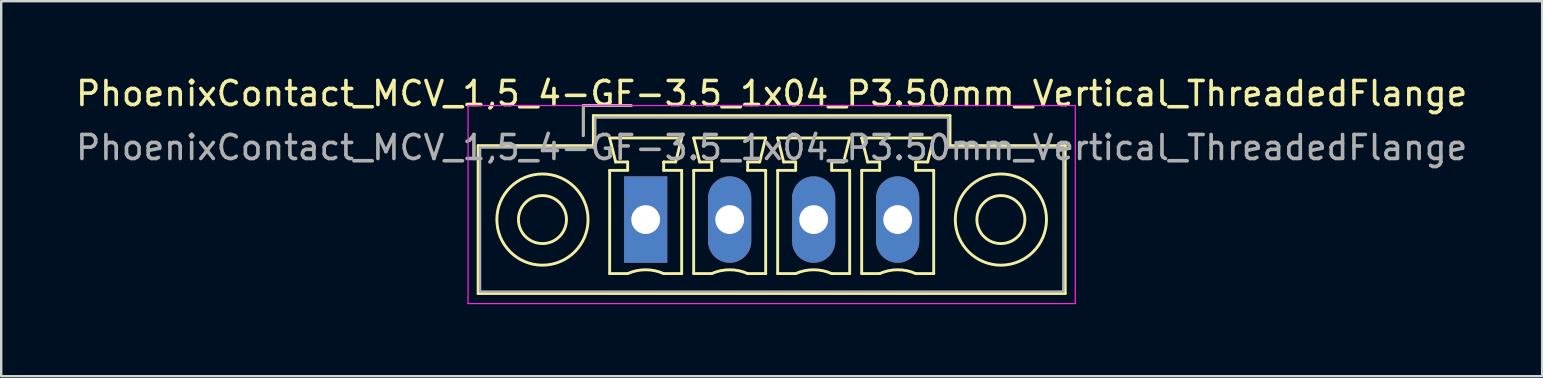
<source format=kicad_pcb>
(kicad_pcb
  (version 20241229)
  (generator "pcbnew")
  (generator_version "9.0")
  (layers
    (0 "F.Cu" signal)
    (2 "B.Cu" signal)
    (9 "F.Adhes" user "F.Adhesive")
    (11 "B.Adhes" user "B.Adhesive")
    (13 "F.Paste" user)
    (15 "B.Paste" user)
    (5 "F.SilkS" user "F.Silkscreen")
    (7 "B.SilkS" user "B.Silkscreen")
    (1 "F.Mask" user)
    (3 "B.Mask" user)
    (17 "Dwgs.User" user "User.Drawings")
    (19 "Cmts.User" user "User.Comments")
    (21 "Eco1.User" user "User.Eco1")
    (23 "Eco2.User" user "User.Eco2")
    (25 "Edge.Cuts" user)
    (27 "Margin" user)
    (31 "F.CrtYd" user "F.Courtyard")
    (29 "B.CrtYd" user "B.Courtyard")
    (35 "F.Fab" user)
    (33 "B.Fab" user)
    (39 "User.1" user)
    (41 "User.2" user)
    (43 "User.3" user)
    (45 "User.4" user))
  (footprint "PhoenixContact_MCV_1,5_4-GF-3.5_1x04_P3.50mm_Vertical_ThreadedFlange"
    (layer "F.Cu")
    (at 23.851 6.098)
    (property "Reference" "PhoenixContact_MCV_1,5_4-GF-3.5_1x04_P3.50mm_Vertical_ThreadedFlange" (at 5.25 -5.25 0) (layer "F.SilkS") (effects (font (size 1 1) (thickness 0.15))))
    (attr through_hole)
    (fp_line (start -6.98 -3.08) (end -6.98 3.08) (stroke (width 0.12) (type solid)) (layer "F.SilkS"))
    (fp_line (start -6.98 3.08) (end 17.48 3.08) (stroke (width 0.12) (type solid)) (layer "F.SilkS"))
    (fp_line (start -2.6 -4.75) (end -0.6 -4.75) (stroke (width 0.12) (type solid)) (layer "F.SilkS"))
    (fp_line (start -2.6 -3.5) (end -2.6 -4.75) (stroke (width 0.12) (type solid)) (layer "F.SilkS"))
    (fp_line (start -2.18 -4.33) (end -2.18 -3.08) (stroke (width 0.12) (type solid)) (layer "F.SilkS"))
    (fp_line (start -2.18 -3.08) (end -6.98 -3.08) (stroke (width 0.12) (type solid)) (layer "F.SilkS"))
    (fp_line (start -1.5 -3.4) (end 1.5 -3.4) (stroke (width 0.12) (type solid)) (layer "F.SilkS"))
    (fp_line (start -1.5 -2.05) (end -0.75 -2.05) (stroke (width 0.12) (type solid)) (layer "F.SilkS"))
    (fp_line (start -1.5 2.25) (end -1.5 -2.05) (stroke (width 0.12) (type solid)) (layer "F.SilkS"))
    (fp_line (start -1.25 -2.4) (end -1.5 -3.4) (stroke (width 0.12) (type solid)) (layer "F.SilkS"))
    (fp_line (start -0.75 -2.4) (end -1.25 -2.4) (stroke (width 0.12) (type solid)) (layer "F.SilkS"))
    (fp_line (start -0.75 -2.05) (end -0.75 -2.4) (stroke (width 0.12) (type solid)) (layer "F.SilkS"))
    (fp_line (start -0.75 2.25) (end -1.5 2.25) (stroke (width 0.12) (type solid)) (layer "F.SilkS"))
    (fp_line (start 0.75 -2.4) (end 0.75 -2.05) (stroke (width 0.12) (type solid)) (layer "F.SilkS"))
    (fp_line (start 0.75 -2.05) (end 1.5 -2.05) (stroke (width 0.12) (type solid)) (layer "F.SilkS"))
    (fp_line (start 1.25 -2.4) (end 0.75 -2.4) (stroke (width 0.12) (type solid)) (layer "F.SilkS"))
    (fp_line (start 1.5 -3.4) (end 1.25 -2.4) (stroke (width 0.12) (type solid)) (layer "F.SilkS"))
    (fp_line (start 1.5 -2.05) (end 1.5 2.25) (stroke (width 0.12) (type solid)) (layer "F.SilkS"))
    (fp_line (start 1.5 2.25) (end 0.75 2.25) (stroke (width 0.12) (type solid)) (layer "F.SilkS"))
    (fp_line (start 2 -3.4) (end 5 -3.4) (stroke (width 0.12) (type solid)) (layer "F.SilkS"))
    (fp_line (start 2 -2.05) (end 2.75 -2.05) (stroke (width 0.12) (type solid)) (layer "F.SilkS"))
    (fp_line (start 2 2.25) (end 2 -2.05) (stroke (width 0.12) (type solid)) (layer "F.SilkS"))
    (fp_line (start 2.25 -2.4) (end 2 -3.4) (stroke (width 0.12) (type solid)) (layer "F.SilkS"))
    (fp_line (start 2.75 -2.4) (end 2.25 -2.4) (stroke (width 0.12) (type solid)) (layer "F.SilkS"))
    (fp_line (start 2.75 -2.05) (end 2.75 -2.4) (stroke (width 0.12) (type solid)) (layer "F.SilkS"))
    (fp_line (start 2.75 2.25) (end 2 2.25) (stroke (width 0.12) (type solid)) (layer "F.SilkS"))
    (fp_line (start 4.25 -2.4) (end 4.25 -2.05) (stroke (width 0.12) (type solid)) (layer "F.SilkS"))
    (fp_line (start 4.25 -2.05) (end 5 -2.05) (stroke (width 0.12) (type solid)) (layer "F.SilkS"))
    (fp_line (start 4.75 -2.4) (end 4.25 -2.4) (stroke (width 0.12) (type solid)) (layer "F.SilkS"))
    (fp_line (start 5 -3.4) (end 4.75 -2.4) (stroke (width 0.12) (type solid)) (layer "F.SilkS"))
    (fp_line (start 5 -2.05) (end 5 2.25) (stroke (width 0.12) (type solid)) (layer "F.SilkS"))
    (fp_line (start 5 2.25) (end 4.25 2.25) (stroke (width 0.12) (type solid)) (layer "F.SilkS"))
    (fp_line (start 5.5 -3.4) (end 8.5 -3.4) (stroke (width 0.12) (type solid)) (layer "F.SilkS"))
    (fp_line (start 5.5 -2.05) (end 6.25 -2.05) (stroke (width 0.12) (type solid)) (layer "F.SilkS"))
    (fp_line (start 5.5 2.25) (end 5.5 -2.05) (stroke (width 0.12) (type solid)) (layer "F.SilkS"))
    (fp_line (start 5.75 -2.4) (end 5.5 -3.4) (stroke (width 0.12) (type solid)) (layer "F.SilkS"))
    (fp_line (start 6.25 -2.4) (end 5.75 -2.4) (stroke (width 0.12) (type solid)) (layer "F.SilkS"))
    (fp_line (start 6.25 -2.05) (end 6.25 -2.4) (stroke (width 0.12) (type solid)) (layer "F.SilkS"))
    (fp_line (start 6.25 2.25) (end 5.5 2.25) (stroke (width 0.12) (type solid)) (layer "F.SilkS"))
    (fp_line (start 7.75 -2.4) (end 7.75 -2.05) (stroke (width 0.12) (type solid)) (layer "F.SilkS"))
    (fp_line (start 7.75 -2.05) (end 8.5 -2.05) (stroke (width 0.12) (type solid)) (layer "F.SilkS"))
    (fp_line (start 8.25 -2.4) (end 7.75 -2.4) (stroke (width 0.12) (type solid)) (layer "F.SilkS"))
    (fp_line (start 8.5 -3.4) (end 8.25 -2.4) (stroke (width 0.12) (type solid)) (layer "F.SilkS"))
    (fp_line (start 8.5 -2.05) (end 8.5 2.25) (stroke (width 0.12) (type solid)) (layer "F.SilkS"))
    (fp_line (start 8.5 2.25) (end 7.75 2.25) (stroke (width 0.12) (type solid)) (layer "F.SilkS"))
    (fp_line (start 9 -3.4) (end 12 -3.4) (stroke (width 0.12) (type solid)) (layer "F.SilkS"))
    (fp_line (start 9 -2.05) (end 9.75 -2.05) (stroke (width 0.12) (type solid)) (layer "F.SilkS"))
    (fp_line (start 9 2.25) (end 9 -2.05) (stroke (width 0.12) (type solid)) (layer "F.SilkS"))
    (fp_line (start 9.25 -2.4) (end 9 -3.4) (stroke (width 0.12) (type solid)) (layer "F.SilkS"))
    (fp_line (start 9.75 -2.4) (end 9.25 -2.4) (stroke (width 0.12) (type solid)) (layer "F.SilkS"))
    (fp_line (start 9.75 -2.05) (end 9.75 -2.4) (stroke (width 0.12) (type solid)) (layer "F.SilkS"))
    (fp_line (start 9.75 2.25) (end 9 2.25) (stroke (width 0.12) (type solid)) (layer "F.SilkS"))
    (fp_line (start 11.25 -2.4) (end 11.25 -2.05) (stroke (width 0.12) (type solid)) (layer "F.SilkS"))
    (fp_line (start 11.25 -2.05) (end 12 -2.05) (stroke (width 0.12) (type solid)) (layer "F.SilkS"))
    (fp_line (start 11.75 -2.4) (end 11.25 -2.4) (stroke (width 0.12) (type solid)) (layer "F.SilkS"))
    (fp_line (start 12 -3.4) (end 11.75 -2.4) (stroke (width 0.12) (type solid)) (layer "F.SilkS"))
    (fp_line (start 12 -2.05) (end 12 2.25) (stroke (width 0.12) (type solid)) (layer "F.SilkS"))
    (fp_line (start 12 2.25) (end 11.25 2.25) (stroke (width 0.12) (type solid)) (layer "F.SilkS"))
    (fp_line (start 12.68 -4.33) (end -2.18 -4.33) (stroke (width 0.12) (type solid)) (layer "F.SilkS"))
    (fp_line (start 12.68 -3.08) (end 12.68 -4.33) (stroke (width 0.12) (type solid)) (layer "F.SilkS"))
    (fp_line (start 17.48 -3.08) (end 12.68 -3.08) (stroke (width 0.12) (type solid)) (layer "F.SilkS"))
    (fp_line (start 17.48 3.08) (end 17.48 -3.08) (stroke (width 0.12) (type solid)) (layer "F.SilkS"))
    (fp_arc (start -0.75 2.25) (mid -0.000193 2.09191) (end 0.749647 2.249844) (stroke (width 0.12) (type solid)) (layer "F.SilkS"))
    (fp_arc (start 2.75 2.25) (mid 3.499807 2.09191) (end 4.249647 2.249844) (stroke (width 0.12) (type solid)) (layer "F.SilkS"))
    (fp_arc (start 6.25 2.25) (mid 6.999807 2.09191) (end 7.749647 2.249844) (stroke (width 0.12) (type solid)) (layer "F.SilkS"))
    (fp_arc (start 9.75 2.25) (mid 10.499807 2.09191) (end 11.249647 2.249844) (stroke (width 0.12) (type solid)) (layer "F.SilkS"))
    (fp_circle (center -4.3 0) (end -3.3 0) (stroke (width 0.12) (type solid)) (fill no) (layer "F.SilkS"))
    (fp_circle (center -4.3 0) (end -2.4 0) (stroke (width 0.12) (type solid)) (fill no) (layer "F.SilkS"))
    (fp_circle (center 14.8 0) (end 15.8 0) (stroke (width 0.12) (type solid)) (fill no) (layer "F.SilkS"))
    (fp_circle (center 14.8 0) (end 16.7 0) (stroke (width 0.12) (type solid)) (fill no) (layer "F.SilkS"))
    (fp_line (start -7.4 -4.75) (end -7.4 3.5) (stroke (width 0.05) (type solid)) (layer "F.CrtYd"))
    (fp_line (start -7.4 3.5) (end 17.9 3.5) (stroke (width 0.05) (type solid)) (layer "F.CrtYd"))
    (fp_line (start 17.9 -4.75) (end -7.4 -4.75) (stroke (width 0.05) (type solid)) (layer "F.CrtYd"))
    (fp_line (start 17.9 3.5) (end 17.9 -4.75) (stroke (width 0.05) (type solid)) (layer "F.CrtYd"))
    (fp_line (start -6.9 -3) (end -6.9 3) (stroke (width 0.1) (type solid)) (layer "F.Fab"))
    (fp_line (start -6.9 3) (end 17.4 3) (stroke (width 0.1) (type solid)) (layer "F.Fab"))
    (fp_line (start -2.6 -4.75) (end -0.6 -4.75) (stroke (width 0.1) (type solid)) (layer "F.Fab"))
    (fp_line (start -2.6 -3.5) (end -2.6 -4.75) (stroke (width 0.1) (type solid)) (layer "F.Fab"))
    (fp_line (start -2.1 -4.25) (end -2.1 -3) (stroke (width 0.1) (type solid)) (layer "F.Fab"))
    (fp_line (start -2.1 -3) (end -6.9 -3) (stroke (width 0.1) (type solid)) (layer "F.Fab"))
    (fp_line (start 12.6 -4.25) (end -2.1 -4.25) (stroke (width 0.1) (type solid)) (layer "F.Fab"))
    (fp_line (start 12.6 -3) (end 12.6 -4.25) (stroke (width 0.1) (type solid)) (layer "F.Fab"))
    (fp_line (start 17.4 -3) (end 12.6 -3) (stroke (width 0.1) (type solid)) (layer "F.Fab"))
    (fp_line (start 17.4 3) (end 17.4 -3) (stroke (width 0.1) (type solid)) (layer "F.Fab"))
    (fp_text user "${REFERENCE}" (at 5.25 -3 0) (layer "F.Fab") (effects (font (size 1 1) (thickness 0.15))))
    (pad "1" thru_hole rect (at 0 0) (size 1.8 3.6) (drill 1.2) (layers "*.Cu" "*.Mask"))
    (pad "2" thru_hole oval (at 3.5 0) (size 1.8 3.6) (drill 1.2) (layers "*.Cu" "*.Mask"))
    (pad "3" thru_hole oval (at 7 0) (size 1.8 3.6) (drill 1.2) (layers "*.Cu" "*.Mask"))
    (pad "4" thru_hole oval (at 10.5 0) (size 1.8 3.6) (drill 1.2) (layers "*.Cu" "*.Mask")))
  (gr_rect
    (start -3 -3)
    (end 61.202 12.623)
    (stroke (width 0.1) (type default))
    (fill no)
    (layer "Edge.Cuts")))
</source>
